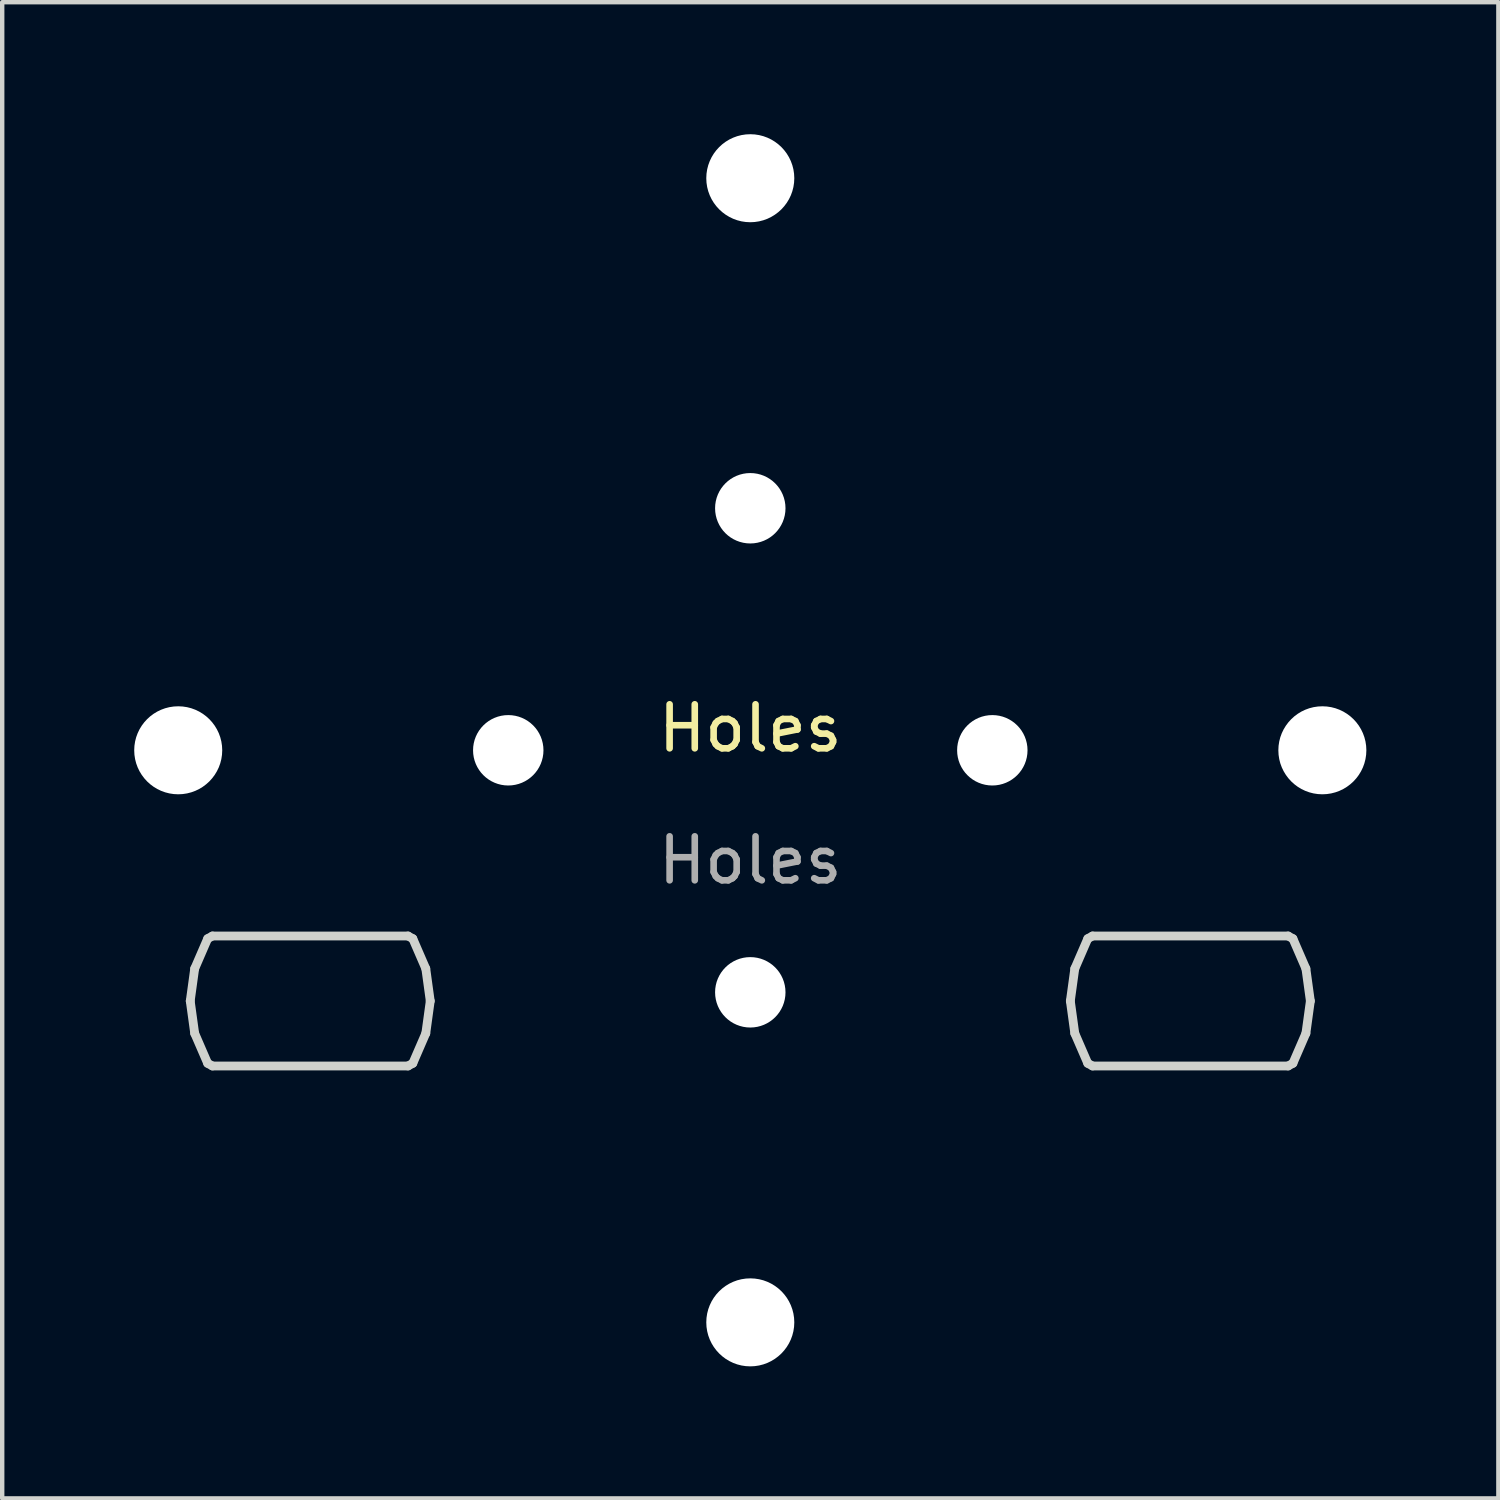
<source format=kicad_pcb>
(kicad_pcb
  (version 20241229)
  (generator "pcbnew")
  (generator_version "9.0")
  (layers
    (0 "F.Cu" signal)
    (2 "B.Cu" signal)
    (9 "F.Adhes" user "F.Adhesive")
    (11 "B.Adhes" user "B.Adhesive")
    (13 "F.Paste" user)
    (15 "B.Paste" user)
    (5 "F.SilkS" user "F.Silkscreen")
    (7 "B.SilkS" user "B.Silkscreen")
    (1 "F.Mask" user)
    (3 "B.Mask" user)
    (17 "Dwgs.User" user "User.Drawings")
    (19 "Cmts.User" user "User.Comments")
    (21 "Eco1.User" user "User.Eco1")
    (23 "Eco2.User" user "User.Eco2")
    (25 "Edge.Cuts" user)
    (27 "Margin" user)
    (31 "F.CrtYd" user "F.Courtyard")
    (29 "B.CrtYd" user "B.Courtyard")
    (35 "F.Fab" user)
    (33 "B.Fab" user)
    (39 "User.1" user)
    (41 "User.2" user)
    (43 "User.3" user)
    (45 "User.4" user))
  (footprint "Holes"
    (layer "F.Cu")
    (at 14 14)
    (property "Reference" "Holes" (at 0 -0.5 0) (unlocked yes) (layer "F.SilkS") (effects (font (size 1 1) (thickness 0.15))))
    (attr through_hole)
    (fp_line (start -12.727 5.697) (end -12.626 4.962) (stroke (width 0.2) (type solid)) (layer "Edge.Cuts"))
    (fp_line (start -12.626 4.962) (end -12.331 4.281) (stroke (width 0.2) (type solid)) (layer "Edge.Cuts"))
    (fp_line (start -12.626 6.432) (end -12.727 5.697) (stroke (width 0.2) (type solid)) (layer "Edge.Cuts"))
    (fp_line (start -12.331 4.281) (end -12.222 4.22) (stroke (width 0.2) (type solid)) (layer "Edge.Cuts"))
    (fp_line (start -12.331 7.113) (end -12.626 6.432) (stroke (width 0.2) (type solid)) (layer "Edge.Cuts"))
    (fp_line (start -12.222 4.22) (end -7.778 4.22) (stroke (width 0.2) (type solid)) (layer "Edge.Cuts"))
    (fp_line (start -12.222 7.174) (end -12.331 7.113) (stroke (width 0.2) (type solid)) (layer "Edge.Cuts"))
    (fp_line (start -7.778 4.22) (end -7.669 4.281) (stroke (width 0.2) (type solid)) (layer "Edge.Cuts"))
    (fp_line (start -7.778 7.174) (end -12.222 7.174) (stroke (width 0.2) (type solid)) (layer "Edge.Cuts"))
    (fp_line (start -7.669 4.281) (end -7.374 4.962) (stroke (width 0.2) (type solid)) (layer "Edge.Cuts"))
    (fp_line (start -7.669 7.113) (end -7.778 7.174) (stroke (width 0.2) (type solid)) (layer "Edge.Cuts"))
    (fp_line (start -7.374 4.962) (end -7.273 5.697) (stroke (width 0.2) (type solid)) (layer "Edge.Cuts"))
    (fp_line (start -7.374 6.432) (end -7.669 7.113) (stroke (width 0.2) (type solid)) (layer "Edge.Cuts"))
    (fp_line (start -7.273 5.697) (end -7.374 6.432) (stroke (width 0.2) (type solid)) (layer "Edge.Cuts"))
    (fp_line (start 7.273 5.697) (end 7.374 4.962) (stroke (width 0.2) (type solid)) (layer "Edge.Cuts"))
    (fp_line (start 7.374 4.962) (end 7.669 4.281) (stroke (width 0.2) (type solid)) (layer "Edge.Cuts"))
    (fp_line (start 7.374 6.432) (end 7.273 5.697) (stroke (width 0.2) (type solid)) (layer "Edge.Cuts"))
    (fp_line (start 7.669 4.281) (end 7.778 4.22) (stroke (width 0.2) (type solid)) (layer "Edge.Cuts"))
    (fp_line (start 7.669 7.113) (end 7.374 6.432) (stroke (width 0.2) (type solid)) (layer "Edge.Cuts"))
    (fp_line (start 7.778 4.22) (end 12.222 4.22) (stroke (width 0.2) (type solid)) (layer "Edge.Cuts"))
    (fp_line (start 7.778 7.174) (end 7.669 7.113) (stroke (width 0.2) (type solid)) (layer "Edge.Cuts"))
    (fp_line (start 12.222 4.22) (end 12.331 4.281) (stroke (width 0.2) (type solid)) (layer "Edge.Cuts"))
    (fp_line (start 12.222 7.174) (end 7.778 7.174) (stroke (width 0.2) (type solid)) (layer "Edge.Cuts"))
    (fp_line (start 12.331 4.281) (end 12.626 4.962) (stroke (width 0.2) (type solid)) (layer "Edge.Cuts"))
    (fp_line (start 12.331 7.113) (end 12.222 7.174) (stroke (width 0.2) (type solid)) (layer "Edge.Cuts"))
    (fp_line (start 12.626 4.962) (end 12.727 5.697) (stroke (width 0.2) (type solid)) (layer "Edge.Cuts"))
    (fp_line (start 12.626 6.432) (end 12.331 7.113) (stroke (width 0.2) (type solid)) (layer "Edge.Cuts"))
    (fp_line (start 12.727 5.697) (end 12.626 6.432) (stroke (width 0.2) (type solid)) (layer "Edge.Cuts"))
    (fp_text user "${REFERENCE}" (at 0 2.5 0) (unlocked yes) (layer "F.Fab") (effects (font (size 1 1) (thickness 0.15))))
    (pad "" np_thru_hole circle (at -13 0) (size 2 2) (drill 2) (layers "*.Cu"))
    (pad "" np_thru_hole circle (at -5.5 0) (size 1.6 1.6) (drill 1.6) (layers "*.Cu"))
    (pad "" np_thru_hole circle (at 0 -13) (size 2 2) (drill 2) (layers "*.Cu"))
    (pad "" np_thru_hole circle (at 0 -5.5) (size 1.6 1.6) (drill 1.6) (layers "*.Cu"))
    (pad "" np_thru_hole circle (at 0 5.5) (size 1.6 1.6) (drill 1.6) (layers "*.Cu"))
    (pad "" np_thru_hole circle (at 0 13) (size 2 2) (drill 2) (layers "*.Cu"))
    (pad "" np_thru_hole circle (at 5.5 0) (size 1.6 1.6) (drill 1.6) (layers "*.Cu"))
    (pad "" np_thru_hole circle (at 13 0) (size 2 2) (drill 2) (layers "*.Cu")))
  (gr_rect
    (start -3 -3)
    (end 31 31)
    (stroke (width 0.1) (type default))
    (fill no)
    (layer "Edge.Cuts")))
</source>
